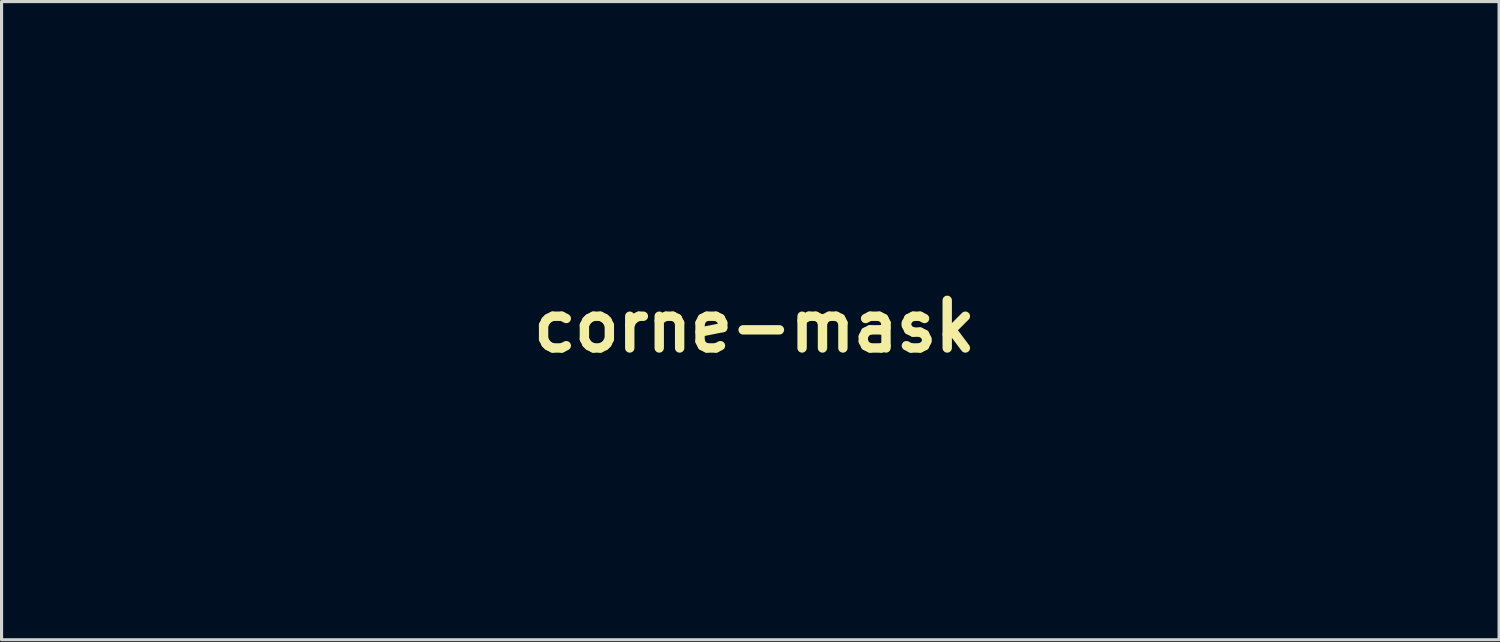
<source format=kicad_pcb>
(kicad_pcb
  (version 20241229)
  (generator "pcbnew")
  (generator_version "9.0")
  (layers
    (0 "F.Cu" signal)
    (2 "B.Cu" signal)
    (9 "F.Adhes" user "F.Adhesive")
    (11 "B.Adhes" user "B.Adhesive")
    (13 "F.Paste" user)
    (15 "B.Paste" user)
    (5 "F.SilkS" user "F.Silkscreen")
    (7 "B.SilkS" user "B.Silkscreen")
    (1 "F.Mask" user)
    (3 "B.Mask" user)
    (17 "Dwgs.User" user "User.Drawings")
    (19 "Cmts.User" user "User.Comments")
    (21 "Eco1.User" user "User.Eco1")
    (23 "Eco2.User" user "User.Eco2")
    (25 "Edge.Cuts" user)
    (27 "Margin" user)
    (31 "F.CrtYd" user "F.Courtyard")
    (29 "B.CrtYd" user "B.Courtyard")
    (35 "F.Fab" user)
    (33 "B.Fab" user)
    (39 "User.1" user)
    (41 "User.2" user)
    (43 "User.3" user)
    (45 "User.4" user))
  (footprint "corne-mask"
    (layer "F.Cu")
    (at 21.096 7.397)
    (property "Reference" "corne-mask" (at 0 0 0) (layer "F.SilkS") (effects (font (size 1.524 1.524) (thickness 0.3))))
    (attr through_hole)
    (fp_poly (pts (xy 10.239 1.078) (xy 10.296 1.082) (xy 10.365 1.089) (xy 10.44 1.099) (xy 10.516 1.109) (xy 10.59 1.12) (xy 10.655 1.131) (xy 10.671 1.134) (xy 10.732 1.146) (xy 10.732 1.51) (xy 10.731 1.608) (xy 10.731 1.686) (xy 10.731 1.747) (xy 10.73 1.794) (xy 10.728 1.827) (xy 10.726 1.849) (xy 10.724 1.862) (xy 10.72 1.868) (xy 10.716 1.87) (xy 10.713 1.869) (xy 10.549 1.832) (xy 10.381 1.815) (xy 10.209 1.818) (xy 10.036 1.841) (xy 10.028 1.843) (xy 9.863 1.886) (xy 9.707 1.949) (xy 9.561 2.03) (xy 9.424 2.131) (xy 9.32 2.226) (xy 9.214 2.343) (xy 9.124 2.466) (xy 9.049 2.599) (xy 8.987 2.743) (xy 8.937 2.903) (xy 8.919 2.977) (xy 8.915 2.991) (xy 8.912 3.006) (xy 8.91 3.022) (xy 8.908 3.039) (xy 8.905 3.061) (xy 8.904 3.086) (xy 8.902 3.118) (xy 8.901 3.157) (xy 8.899 3.203) (xy 8.898 3.259) (xy 8.897 3.325) (xy 8.897 3.403) (xy 8.896 3.493) (xy 8.895 3.598) (xy 8.895 3.717) (xy 8.894 3.853) (xy 8.894 4.006) (xy 8.893 4.177) (xy 8.893 4.369) (xy 8.893 4.421) (xy 8.889 5.768) (xy 8.484 5.768) (xy 8.393 5.768) (xy 8.309 5.767) (xy 8.234 5.766) (xy 8.171 5.765) (xy 8.121 5.764) (xy 8.087 5.763) (xy 8.072 5.761) (xy 8.072 5.761) (xy 8.071 5.75) (xy 8.07 5.719) (xy 8.07 5.669) (xy 8.069 5.602) (xy 8.069 5.518) (xy 8.068 5.419) (xy 8.068 5.305) (xy 8.067 5.179) (xy 8.067 5.041) (xy 8.067 4.893) (xy 8.066 4.735) (xy 8.066 4.569) (xy 8.066 4.396) (xy 8.065 4.217) (xy 8.065 4.033) (xy 8.065 3.846) (xy 8.065 3.656) (xy 8.065 3.466) (xy 8.065 3.275) (xy 8.064 3.086) (xy 8.064 2.899) (xy 8.064 2.716) (xy 8.065 2.537) (xy 8.065 2.365) (xy 8.065 2.199) (xy 8.065 2.042) (xy 8.065 1.894) (xy 8.065 1.757) (xy 8.066 1.632) (xy 8.066 1.519) (xy 8.066 1.421) (xy 8.067 1.338) (xy 8.067 1.272) (xy 8.068 1.224) (xy 8.068 1.194) (xy 8.069 1.184) (xy 8.08 1.184) (xy 8.11 1.183) (xy 8.157 1.182) (xy 8.218 1.182) (xy 8.29 1.182) (xy 8.373 1.182) (xy 8.462 1.183) (xy 8.482 1.183) (xy 8.89 1.186) (xy 8.89 1.45) (xy 8.89 1.537) (xy 8.891 1.605) (xy 8.893 1.654) (xy 8.896 1.688) (xy 8.901 1.707) (xy 8.908 1.713) (xy 8.918 1.708) (xy 8.93 1.694) (xy 8.944 1.674) (xy 9.003 1.601) (xy 9.077 1.525) (xy 9.161 1.448) (xy 9.253 1.375) (xy 9.346 1.31) (xy 9.358 1.303) (xy 9.464 1.244) (xy 9.585 1.192) (xy 9.714 1.149) (xy 9.844 1.116) (xy 9.901 1.106) (xy 9.953 1.099) (xy 10.013 1.091) (xy 10.075 1.085) (xy 10.131 1.08) (xy 10.176 1.076) (xy 10.197 1.076) (xy 10.239 1.078)) (stroke (width 0.01) (type solid)) (fill yes) (layer "F.Mask"))
    (fp_poly (pts (xy 13.712 1.111) (xy 13.922 1.131) (xy 14.117 1.165) (xy 14.297 1.212) (xy 14.464 1.273) (xy 14.62 1.349) (xy 14.765 1.44) (xy 14.891 1.538) (xy 15.015 1.656) (xy 15.125 1.792) (xy 15.224 1.943) (xy 15.309 2.109) (xy 15.381 2.29) (xy 15.439 2.483) (xy 15.482 2.688) (xy 15.482 2.688) (xy 15.489 2.729) (xy 15.495 2.767) (xy 15.501 2.804) (xy 15.506 2.841) (xy 15.51 2.879) (xy 15.514 2.919) (xy 15.517 2.963) (xy 15.52 3.011) (xy 15.523 3.066) (xy 15.525 3.128) (xy 15.526 3.199) (xy 15.528 3.279) (xy 15.529 3.371) (xy 15.53 3.476) (xy 15.53 3.594) (xy 15.531 3.727) (xy 15.531 3.876) (xy 15.531 4.043) (xy 15.531 4.228) (xy 15.531 4.413) (xy 15.531 5.763) (xy 15.121 5.765) (xy 14.712 5.768) (xy 14.708 4.374) (xy 14.708 4.173) (xy 14.707 3.993) (xy 14.707 3.832) (xy 14.706 3.688) (xy 14.706 3.561) (xy 14.705 3.449) (xy 14.704 3.351) (xy 14.704 3.266) (xy 14.703 3.193) (xy 14.702 3.13) (xy 14.701 3.077) (xy 14.699 3.032) (xy 14.698 2.994) (xy 14.696 2.963) (xy 14.694 2.936) (xy 14.692 2.912) (xy 14.689 2.891) (xy 14.686 2.871) (xy 14.683 2.851) (xy 14.682 2.842) (xy 14.655 2.7) (xy 14.623 2.575) (xy 14.586 2.466) (xy 14.543 2.369) (xy 14.491 2.28) (xy 14.43 2.198) (xy 14.427 2.195) (xy 14.338 2.103) (xy 14.234 2.025) (xy 14.114 1.961) (xy 13.98 1.91) (xy 13.833 1.873) (xy 13.673 1.851) (xy 13.502 1.843) (xy 13.409 1.845) (xy 13.237 1.86) (xy 13.08 1.89) (xy 12.934 1.935) (xy 12.8 1.998) (xy 12.675 2.077) (xy 12.557 2.174) (xy 12.524 2.206) (xy 12.429 2.31) (xy 12.349 2.422) (xy 12.281 2.545) (xy 12.224 2.68) (xy 12.177 2.831) (xy 12.158 2.909) (xy 12.155 2.924) (xy 12.152 2.939) (xy 12.149 2.954) (xy 12.146 2.971) (xy 12.144 2.992) (xy 12.142 3.017) (xy 12.141 3.047) (xy 12.139 3.084) (xy 12.138 3.128) (xy 12.137 3.181) (xy 12.136 3.245) (xy 12.135 3.319) (xy 12.134 3.406) (xy 12.133 3.507) (xy 12.132 3.622) (xy 12.132 3.752) (xy 12.131 3.9) (xy 12.13 4.066) (xy 12.129 4.251) (xy 12.129 4.387) (xy 12.123 5.763) (xy 11.708 5.765) (xy 11.292 5.768) (xy 11.292 1.175) (xy 12.129 1.175) (xy 12.129 1.439) (xy 12.129 1.527) (xy 12.129 1.594) (xy 12.131 1.644) (xy 12.134 1.678) (xy 12.139 1.697) (xy 12.146 1.703) (xy 12.156 1.698) (xy 12.168 1.684) (xy 12.18 1.667) (xy 12.212 1.627) (xy 12.257 1.578) (xy 12.31 1.526) (xy 12.368 1.473) (xy 12.427 1.424) (xy 12.481 1.382) (xy 12.498 1.371) (xy 12.589 1.314) (xy 12.678 1.268) (xy 12.771 1.229) (xy 12.878 1.193) (xy 12.88 1.192) (xy 13.046 1.151) (xy 13.225 1.123) (xy 13.415 1.108) (xy 13.611 1.106) (xy 13.712 1.111)) (stroke (width 0.01) (type solid)) (fill yes) (layer "F.Mask"))
    (fp_poly (pts (xy -0.102 1.107) (xy -0.003 1.11) (xy 0.083 1.115) (xy 0.162 1.123) (xy 0.238 1.135) (xy 0.316 1.15) (xy 0.399 1.17) (xy 0.421 1.176) (xy 0.641 1.243) (xy 0.848 1.325) (xy 1.041 1.424) (xy 1.221 1.537) (xy 1.386 1.665) (xy 1.536 1.807) (xy 1.671 1.963) (xy 1.79 2.132) (xy 1.893 2.314) (xy 1.979 2.509) (xy 2.006 2.582) (xy 2.019 2.624) (xy 2.034 2.674) (xy 2.05 2.729) (xy 2.065 2.784) (xy 2.078 2.835) (xy 2.089 2.877) (xy 2.094 2.906) (xy 2.095 2.916) (xy 2.085 2.917) (xy 2.056 2.918) (xy 2.01 2.919) (xy 1.95 2.92) (xy 1.877 2.92) (xy 1.795 2.921) (xy 1.705 2.921) (xy 1.669 2.921) (xy 1.243 2.921) (xy 1.213 2.83) (xy 1.15 2.67) (xy 1.069 2.521) (xy 0.971 2.382) (xy 0.856 2.257) (xy 0.727 2.144) (xy 0.584 2.047) (xy 0.482 1.991) (xy 0.324 1.925) (xy 0.158 1.877) (xy -0.014 1.847) (xy -0.191 1.835) (xy -0.369 1.842) (xy -0.545 1.867) (xy -0.704 1.907) (xy -0.869 1.968) (xy -1.024 2.047) (xy -1.168 2.142) (xy -1.3 2.252) (xy -1.417 2.377) (xy -1.519 2.514) (xy -1.605 2.662) (xy -1.674 2.821) (xy -1.688 2.863) (xy -1.733 3.029) (xy -1.762 3.204) (xy -1.777 3.384) (xy -1.777 3.566) (xy -1.761 3.744) (xy -1.731 3.916) (xy -1.686 4.078) (xy -1.68 4.095) (xy -1.611 4.262) (xy -1.525 4.416) (xy -1.423 4.557) (xy -1.306 4.684) (xy -1.175 4.795) (xy -1.03 4.891) (xy -0.944 4.937) (xy -0.781 5.007) (xy -0.611 5.058) (xy -0.437 5.091) (xy -0.261 5.105) (xy -0.086 5.101) (xy 0.087 5.079) (xy 0.256 5.039) (xy 0.418 4.98) (xy 0.572 4.903) (xy 0.584 4.896) (xy 0.7 4.818) (xy 0.813 4.724) (xy 0.918 4.62) (xy 1.007 4.511) (xy 1.021 4.493) (xy 1.066 4.422) (xy 1.112 4.34) (xy 1.155 4.252) (xy 1.192 4.168) (xy 1.212 4.111) (xy 1.241 4.022) (xy 2.096 4.022) (xy 2.09 4.051) (xy 2.035 4.263) (xy 1.966 4.459) (xy 1.883 4.642) (xy 1.785 4.812) (xy 1.671 4.971) (xy 1.54 5.121) (xy 1.469 5.192) (xy 1.308 5.331) (xy 1.134 5.454) (xy 0.947 5.56) (xy 0.748 5.65) (xy 0.538 5.722) (xy 0.317 5.777) (xy 0.085 5.814) (xy 0.079 5.815) (xy 0.009 5.821) (xy -0.076 5.826) (xy -0.169 5.829) (xy -0.265 5.83) (xy -0.358 5.829) (xy -0.442 5.826) (xy -0.512 5.821) (xy -0.519 5.82) (xy -0.747 5.786) (xy -0.967 5.733) (xy -1.178 5.662) (xy -1.378 5.574) (xy -1.567 5.468) (xy -1.743 5.346) (xy -1.907 5.207) (xy -1.926 5.189) (xy -1.974 5.142) (xy -2.023 5.092) (xy -2.067 5.044) (xy -2.103 5.003) (xy -2.108 4.997) (xy -2.234 4.824) (xy -2.342 4.64) (xy -2.432 4.445) (xy -2.504 4.24) (xy -2.558 4.026) (xy -2.594 3.803) (xy -2.611 3.571) (xy -2.61 3.365) (xy -2.593 3.129) (xy -2.558 2.904) (xy -2.506 2.691) (xy -2.436 2.49) (xy -2.348 2.299) (xy -2.242 2.12) (xy -2.119 1.951) (xy -1.985 1.801) (xy -1.827 1.654) (xy -1.656 1.523) (xy -1.472 1.409) (xy -1.276 1.312) (xy -1.067 1.233) (xy -0.845 1.17) (xy -0.622 1.125) (xy -0.577 1.119) (xy -0.529 1.114) (xy -0.474 1.111) (xy -0.41 1.108) (xy -0.332 1.107) (xy -0.238 1.106) (xy -0.217 1.106) (xy -0.102 1.107)) (stroke (width 0.01) (type solid)) (fill yes) (layer "F.Mask"))
    (fp_poly (pts (xy 4.976 1.105) (xy 5.072 1.107) (xy 5.163 1.11) (xy 5.247 1.114) (xy 5.317 1.119) (xy 5.366 1.125) (xy 5.602 1.172) (xy 5.826 1.236) (xy 6.039 1.315) (xy 6.24 1.411) (xy 6.428 1.523) (xy 6.602 1.65) (xy 6.762 1.793) (xy 6.903 1.946) (xy 7.026 2.109) (xy 7.134 2.285) (xy 7.226 2.473) (xy 7.3 2.671) (xy 7.358 2.877) (xy 7.397 3.089) (xy 7.409 3.19) (xy 7.415 3.267) (xy 7.417 3.357) (xy 7.418 3.456) (xy 7.416 3.559) (xy 7.412 3.661) (xy 7.407 3.756) (xy 7.399 3.841) (xy 7.39 3.91) (xy 7.389 3.916) (xy 7.355 4.08) (xy 7.316 4.229) (xy 7.269 4.369) (xy 7.211 4.507) (xy 7.17 4.593) (xy 7.068 4.773) (xy 6.949 4.942) (xy 6.812 5.099) (xy 6.66 5.244) (xy 6.493 5.375) (xy 6.312 5.492) (xy 6.117 5.594) (xy 5.92 5.677) (xy 5.713 5.744) (xy 5.496 5.795) (xy 5.273 5.831) (xy 5.047 5.849) (xy 4.824 5.85) (xy 4.683 5.841) (xy 4.451 5.81) (xy 4.227 5.762) (xy 4.013 5.697) (xy 3.809 5.616) (xy 3.616 5.518) (xy 3.436 5.406) (xy 3.268 5.279) (xy 3.114 5.138) (xy 2.975 4.983) (xy 2.851 4.816) (xy 2.744 4.636) (xy 2.709 4.567) (xy 2.641 4.415) (xy 2.586 4.268) (xy 2.543 4.119) (xy 2.511 3.965) (xy 2.488 3.799) (xy 2.475 3.65) (xy 2.472 3.523) (xy 3.303 3.523) (xy 3.306 3.62) (xy 3.313 3.709) (xy 3.325 3.795) (xy 3.343 3.883) (xy 3.355 3.933) (xy 3.408 4.103) (xy 3.48 4.263) (xy 3.568 4.412) (xy 3.673 4.549) (xy 3.793 4.673) (xy 3.926 4.783) (xy 4.073 4.879) (xy 4.232 4.959) (xy 4.402 5.022) (xy 4.582 5.068) (xy 4.585 5.068) (xy 4.635 5.078) (xy 4.675 5.086) (xy 4.71 5.091) (xy 4.744 5.095) (xy 4.78 5.097) (xy 4.822 5.097) (xy 4.876 5.097) (xy 4.944 5.096) (xy 4.99 5.096) (xy 5.071 5.094) (xy 5.136 5.092) (xy 5.188 5.09) (xy 5.231 5.085) (xy 5.271 5.08) (xy 5.311 5.072) (xy 5.339 5.066) (xy 5.525 5.014) (xy 5.698 4.946) (xy 5.858 4.861) (xy 6.004 4.762) (xy 6.136 4.648) (xy 6.252 4.519) (xy 6.354 4.377) (xy 6.439 4.222) (xy 6.507 4.055) (xy 6.558 3.876) (xy 6.566 3.84) (xy 6.588 3.695) (xy 6.598 3.539) (xy 6.596 3.379) (xy 6.582 3.22) (xy 6.557 3.068) (xy 6.521 2.927) (xy 6.512 2.9) (xy 6.445 2.731) (xy 6.36 2.575) (xy 6.26 2.432) (xy 6.144 2.303) (xy 6.014 2.188) (xy 5.871 2.088) (xy 5.714 2.004) (xy 5.546 1.935) (xy 5.366 1.884) (xy 5.176 1.849) (xy 5.138 1.845) (xy 5.068 1.838) (xy 5.011 1.834) (xy 4.959 1.832) (xy 4.904 1.834) (xy 4.839 1.839) (xy 4.828 1.84) (xy 4.63 1.865) (xy 4.445 1.906) (xy 4.272 1.964) (xy 4.111 2.039) (xy 3.962 2.13) (xy 3.823 2.24) (xy 3.743 2.315) (xy 3.629 2.443) (xy 3.533 2.582) (xy 3.453 2.731) (xy 3.388 2.895) (xy 3.387 2.898) (xy 3.358 2.991) (xy 3.337 3.081) (xy 3.322 3.173) (xy 3.311 3.275) (xy 3.306 3.391) (xy 3.305 3.41) (xy 3.303 3.523) (xy 2.472 3.523) (xy 2.469 3.416) (xy 2.482 3.189) (xy 2.514 2.97) (xy 2.564 2.758) (xy 2.632 2.555) (xy 2.718 2.361) (xy 2.822 2.178) (xy 2.944 2.006) (xy 3.082 1.846) (xy 3.085 1.843) (xy 3.24 1.695) (xy 3.408 1.564) (xy 3.589 1.449) (xy 3.784 1.349) (xy 3.992 1.265) (xy 4.214 1.196) (xy 4.451 1.142) (xy 4.583 1.12) (xy 4.636 1.114) (xy 4.706 1.109) (xy 4.789 1.107) (xy 4.881 1.105) (xy 4.976 1.105)) (stroke (width 0.01) (type solid)) (fill yes) (layer "F.Mask"))
    (fp_poly (pts (xy 18.591 1.11) (xy 18.711 1.117) (xy 18.824 1.129) (xy 18.939 1.147) (xy 18.947 1.149) (xy 19.167 1.199) (xy 19.378 1.268) (xy 19.579 1.353) (xy 19.768 1.456) (xy 19.945 1.575) (xy 20.109 1.71) (xy 20.186 1.784) (xy 20.327 1.94) (xy 20.45 2.107) (xy 20.556 2.286) (xy 20.644 2.476) (xy 20.716 2.678) (xy 20.77 2.893) (xy 20.808 3.121) (xy 20.813 3.169) (xy 20.82 3.24) (xy 20.824 3.315) (xy 20.826 3.39) (xy 20.826 3.463) (xy 20.824 3.529) (xy 20.821 3.584) (xy 20.815 3.626) (xy 20.808 3.649) (xy 20.796 3.672) (xy 16.909 3.672) (xy 16.917 3.765) (xy 16.937 3.923) (xy 16.973 4.07) (xy 17.027 4.211) (xy 17.037 4.233) (xy 17.113 4.374) (xy 17.208 4.506) (xy 17.319 4.629) (xy 17.445 4.742) (xy 17.583 4.842) (xy 17.731 4.928) (xy 17.888 5) (xy 18.052 5.056) (xy 18.221 5.094) (xy 18.276 5.102) (xy 18.393 5.112) (xy 18.523 5.111) (xy 18.659 5.101) (xy 18.795 5.082) (xy 18.926 5.055) (xy 19.011 5.031) (xy 19.068 5.01) (xy 19.136 4.982) (xy 19.208 4.948) (xy 19.278 4.913) (xy 19.339 4.879) (xy 19.375 4.857) (xy 19.508 4.754) (xy 19.629 4.634) (xy 19.738 4.499) (xy 19.783 4.432) (xy 19.835 4.35) (xy 20.258 4.35) (xy 20.366 4.35) (xy 20.455 4.35) (xy 20.527 4.351) (xy 20.582 4.352) (xy 20.623 4.354) (xy 20.652 4.356) (xy 20.67 4.358) (xy 20.678 4.361) (xy 20.68 4.364) (xy 20.676 4.38) (xy 20.666 4.41) (xy 20.653 4.444) (xy 20.562 4.641) (xy 20.454 4.825) (xy 20.331 4.996) (xy 20.192 5.152) (xy 20.039 5.295) (xy 19.872 5.422) (xy 19.691 5.534) (xy 19.497 5.631) (xy 19.291 5.711) (xy 19.074 5.775) (xy 18.845 5.822) (xy 18.817 5.826) (xy 18.743 5.835) (xy 18.655 5.842) (xy 18.556 5.846) (xy 18.455 5.848) (xy 18.356 5.847) (xy 18.266 5.844) (xy 18.189 5.838) (xy 18.182 5.838) (xy 17.949 5.801) (xy 17.726 5.746) (xy 17.513 5.674) (xy 17.313 5.585) (xy 17.124 5.478) (xy 16.947 5.355) (xy 16.783 5.215) (xy 16.745 5.177) (xy 16.6 5.02) (xy 16.473 4.851) (xy 16.364 4.67) (xy 16.273 4.478) (xy 16.2 4.276) (xy 16.144 4.062) (xy 16.107 3.839) (xy 16.088 3.605) (xy 16.085 3.471) (xy 16.094 3.232) (xy 16.121 3.004) (xy 16.129 2.963) (xy 16.95 2.963) (xy 16.95 2.976) (xy 16.961 2.977) (xy 16.992 2.978) (xy 17.041 2.979) (xy 17.107 2.98) (xy 17.188 2.981) (xy 17.283 2.981) (xy 17.391 2.982) (xy 17.509 2.983) (xy 17.637 2.983) (xy 17.773 2.983) (xy 17.915 2.984) (xy 18.063 2.984) (xy 18.214 2.984) (xy 18.368 2.984) (xy 18.522 2.984) (xy 18.676 2.984) (xy 18.827 2.984) (xy 18.975 2.984) (xy 19.118 2.983) (xy 19.254 2.983) (xy 19.382 2.983) (xy 19.5 2.982) (xy 19.608 2.981) (xy 19.703 2.981) (xy 19.785 2.98) (xy 19.851 2.979) (xy 19.901 2.978) (xy 19.932 2.977) (xy 19.943 2.976) (xy 19.943 2.975) (xy 19.944 2.96) (xy 19.938 2.929) (xy 19.927 2.887) (xy 19.913 2.836) (xy 19.896 2.783) (xy 19.878 2.73) (xy 19.86 2.683) (xy 19.859 2.68) (xy 19.8 2.553) (xy 19.733 2.441) (xy 19.655 2.337) (xy 19.569 2.244) (xy 19.447 2.137) (xy 19.311 2.046) (xy 19.161 1.97) (xy 18.997 1.91) (xy 18.82 1.865) (xy 18.77 1.856) (xy 18.69 1.846) (xy 18.596 1.84) (xy 18.494 1.837) (xy 18.389 1.839) (xy 18.287 1.844) (xy 18.194 1.853) (xy 18.139 1.861) (xy 17.958 1.903) (xy 17.789 1.961) (xy 17.633 2.034) (xy 17.49 2.123) (xy 17.362 2.227) (xy 17.248 2.345) (xy 17.149 2.477) (xy 17.067 2.621) (xy 17.014 2.745) (xy 16.996 2.795) (xy 16.979 2.846) (xy 16.965 2.894) (xy 16.955 2.935) (xy 16.95 2.963) (xy 16.129 2.963) (xy 16.165 2.788) (xy 16.227 2.582) (xy 16.307 2.387) (xy 16.406 2.202) (xy 16.465 2.108) (xy 16.523 2.023) (xy 16.58 1.949) (xy 16.641 1.879) (xy 16.71 1.806) (xy 16.755 1.761) (xy 16.915 1.621) (xy 17.087 1.496) (xy 17.272 1.388) (xy 17.468 1.298) (xy 17.674 1.224) (xy 17.888 1.168) (xy 18.111 1.13) (xy 18.34 1.111) (xy 18.457 1.108) (xy 18.591 1.11)) (stroke (width 0.01) (type solid)) (fill yes) (layer "F.Mask"))
    (fp_poly (pts (xy -8.165 -7.392) (xy -8.047 -7.391) (xy -7.945 -7.388) (xy -7.854 -7.382) (xy -7.77 -7.373) (xy -7.688 -7.361) (xy -7.602 -7.345) (xy -7.509 -7.323) (xy -7.484 -7.318) (xy -7.277 -7.26) (xy -7.069 -7.187) (xy -6.866 -7.103) (xy -6.668 -7.007) (xy -6.48 -6.901) (xy -6.304 -6.788) (xy -6.143 -6.668) (xy -5.999 -6.543) (xy -5.992 -6.536) (xy -5.847 -6.384) (xy -5.722 -6.225) (xy -5.615 -6.059) (xy -5.526 -5.884) (xy -5.455 -5.698) (xy -5.4 -5.501) (xy -5.362 -5.29) (xy -5.36 -5.274) (xy -5.351 -5.192) (xy -5.345 -5.095) (xy -5.342 -4.987) (xy -5.341 -4.873) (xy -5.343 -4.76) (xy -5.347 -4.652) (xy -5.354 -4.555) (xy -5.36 -4.506) (xy -5.399 -4.24) (xy -5.455 -3.966) (xy -5.526 -3.683) (xy -5.614 -3.391) (xy -5.719 -3.089) (xy -5.84 -2.777) (xy -5.977 -2.453) (xy -6.043 -2.307) (xy -6.087 -2.214) (xy -6.139 -2.106) (xy -6.199 -1.986) (xy -6.264 -1.857) (xy -6.332 -1.724) (xy -6.403 -1.588) (xy -6.474 -1.454) (xy -6.543 -1.325) (xy -6.61 -1.204) (xy -6.626 -1.175) (xy -6.691 -1.056) (xy -6.761 -0.927) (xy -6.832 -0.792) (xy -6.903 -0.654) (xy -6.974 -0.516) (xy -7.041 -0.382) (xy -7.104 -0.254) (xy -7.16 -0.137) (xy -7.209 -0.032) (xy -7.233 0.021) (xy -7.376 0.357) (xy -7.503 0.686) (xy -7.615 1.007) (xy -7.71 1.32) (xy -7.79 1.623) (xy -7.853 1.917) (xy -7.9 2.2) (xy -7.931 2.472) (xy -7.945 2.732) (xy -7.945 2.916) (xy -7.935 3.107) (xy -7.916 3.282) (xy -7.887 3.443) (xy -7.848 3.594) (xy -7.798 3.739) (xy -7.737 3.879) (xy -7.672 4) (xy -7.602 4.106) (xy -7.525 4.2) (xy -7.483 4.245) (xy -7.361 4.352) (xy -7.228 4.442) (xy -7.086 4.514) (xy -6.935 4.568) (xy -6.776 4.603) (xy -6.612 4.62) (xy -6.444 4.618) (xy -6.272 4.596) (xy -6.165 4.572) (xy -6.01 4.526) (xy -5.865 4.465) (xy -5.726 4.389) (xy -5.591 4.295) (xy -5.457 4.184) (xy -5.365 4.096) (xy -5.257 3.983) (xy -5.161 3.868) (xy -5.071 3.747) (xy -4.987 3.616) (xy -4.903 3.471) (xy -4.862 3.392) (xy -4.787 3.237) (xy -4.717 3.073) (xy -4.654 2.906) (xy -4.6 2.739) (xy -4.554 2.574) (xy -4.518 2.415) (xy -4.493 2.266) (xy -4.48 2.13) (xy -4.48 2.13) (xy -4.477 2.083) (xy -4.473 2.044) (xy -4.47 2.019) (xy -4.467 2.011) (xy -4.457 2.02) (xy -4.44 2.043) (xy -4.418 2.076) (xy -4.394 2.115) (xy -4.372 2.157) (xy -4.361 2.177) (xy -4.301 2.316) (xy -4.25 2.473) (xy -4.208 2.646) (xy -4.175 2.833) (xy -4.152 3.034) (xy -4.138 3.245) (xy -4.135 3.424) (xy -4.144 3.718) (xy -4.172 4.002) (xy -4.219 4.276) (xy -4.284 4.542) (xy -4.369 4.798) (xy -4.472 5.046) (xy -4.516 5.138) (xy -4.641 5.368) (xy -4.782 5.584) (xy -4.938 5.784) (xy -5.109 5.97) (xy -5.295 6.141) (xy -5.496 6.297) (xy -5.711 6.438) (xy -5.941 6.564) (xy -6.186 6.675) (xy -6.446 6.771) (xy -6.72 6.852) (xy -7.008 6.918) (xy -7.31 6.968) (xy -7.604 7.001) (xy -7.684 7.007) (xy -7.777 7.012) (xy -7.878 7.016) (xy -7.984 7.019) (xy -8.091 7.021) (xy -8.194 7.022) (xy -8.289 7.022) (xy -8.373 7.021) (xy -8.44 7.018) (xy -8.456 7.016) (xy -8.661 6.995) (xy -8.875 6.961) (xy -9.091 6.917) (xy -9.303 6.863) (xy -9.376 6.842) (xy -9.628 6.759) (xy -9.883 6.66) (xy -10.137 6.546) (xy -10.388 6.42) (xy -10.631 6.284) (xy -10.864 6.138) (xy -11.083 5.986) (xy -11.266 5.843) (xy -11.303 5.812) (xy -11.336 5.785) (xy -11.36 5.766) (xy -11.369 5.759) (xy -11.377 5.755) (xy -11.389 5.756) (xy -11.407 5.763) (xy -11.433 5.779) (xy -11.47 5.804) (xy -11.522 5.841) (xy -11.528 5.845) (xy -11.786 6.021) (xy -12.044 6.179) (xy -12.301 6.318) (xy -12.555 6.439) (xy -12.806 6.54) (xy -13.053 6.622) (xy -13.295 6.684) (xy -13.431 6.711) (xy -13.505 6.721) (xy -13.594 6.729) (xy -13.691 6.735) (xy -13.793 6.739) (xy -13.893 6.741) (xy -13.985 6.74) (xy -14.065 6.736) (xy -14.104 6.732) (xy -14.335 6.694) (xy -14.562 6.636) (xy -14.786 6.557) (xy -15.006 6.458) (xy -15.221 6.338) (xy -15.432 6.199) (xy -15.637 6.04) (xy -15.836 5.862) (xy -16.03 5.665) (xy -16.111 5.575) (xy -16.162 5.517) (xy -16.202 5.475) (xy -16.231 5.448) (xy -16.247 5.438) (xy -16.25 5.438) (xy -16.263 5.448) (xy -16.288 5.468) (xy -16.321 5.494) (xy -16.336 5.506) (xy -16.561 5.672) (xy -16.785 5.818) (xy -17.01 5.942) (xy -17.233 6.046) (xy -17.456 6.128) (xy -17.679 6.189) (xy -17.901 6.229) (xy -18.044 6.244) (xy -18.232 6.248) (xy -18.416 6.232) (xy -18.597 6.197) (xy -18.778 6.141) (xy -18.959 6.064) (xy -18.981 6.054) (xy -19.172 5.949) (xy -19.357 5.824) (xy -19.537 5.681) (xy -19.71 5.52) (xy -19.875 5.342) (xy -20.033 5.149) (xy -20.182 4.941) (xy -20.322 4.719) (xy -20.452 4.485) (xy -20.572 4.239) (xy -20.681 3.982) (xy -20.779 3.715) (xy -20.864 3.439) (xy -20.937 3.155) (xy -20.997 2.865) (xy -21.023 2.709) (xy -21.043 2.566) (xy -21.059 2.432) (xy -21.072 2.303) (xy -21.08 2.172) (xy -21.086 2.031) (xy -21.09 1.905) (xy -21.091 1.721) (xy -21.088 1.551) (xy -21.081 1.391) (xy -21.068 1.234) (xy -21.05 1.074) (xy -21.05 1.069) (xy -21.009 0.801) (xy -20.955 0.543) (xy -20.889 0.295) (xy -20.812 0.058) (xy -20.724 -0.167) (xy -20.625 -0.38) (xy -20.516 -0.58) (xy -20.397 -0.765) (xy -20.269 -0.936) (xy -20.133 -1.09) (xy -19.989 -1.229) (xy -19.837 -1.35) (xy -19.678 -1.453) (xy -19.513 -1.537) (xy -19.353 -1.597) (xy -19.215 -1.635) (xy -19.082 -1.659) (xy -18.945 -1.669) (xy -18.822 -1.669) (xy -18.748 -1.665) (xy -18.677 -1.659) (xy -18.614 -1.652) (xy -18.562 -1.644) (xy -18.525 -1.636) (xy -18.504 -1.627) (xy -18.503 -1.626) (xy -18.503 -1.614) (xy -18.505 -1.585) (xy -18.51 -1.542) (xy -18.518 -1.489) (xy -18.524 -1.448) (xy -18.568 -1.129) (xy -18.599 -0.805) (xy -18.616 -0.478) (xy -18.621 -0.155) (xy -18.612 0.162) (xy -18.589 0.468) (xy -18.584 0.519) (xy -18.533 0.892) (xy -18.463 1.258) (xy -18.372 1.618) (xy -18.262 1.971) (xy -18.132 2.316) (xy -17.983 2.653) (xy -17.814 2.981) (xy -17.627 3.3) (xy -17.421 3.61) (xy -17.196 3.909) (xy -17.185 3.924) (xy -17.141 3.978) (xy -17.109 4.018) (xy -17.087 4.046) (xy -17.072 4.063) (xy -17.064 4.073) (xy -17.059 4.076) (xy -17.057 4.075) (xy -17.055 4.073) (xy -17.054 4.072) (xy -17.056 4.061) (xy -17.065 4.033) (xy -17.079 3.992) (xy -17.099 3.941) (xy -17.122 3.883) (xy -17.122 3.882) (xy -17.258 3.517) (xy -17.376 3.14) (xy -17.476 2.753) (xy -17.557 2.356) (xy -17.621 1.948) (xy -17.666 1.532) (xy -17.686 1.249) (xy -17.69 1.157) (xy -17.692 1.05) (xy -17.693 0.93) (xy -17.693 0.802) (xy -17.692 0.671) (xy -17.69 0.539) (xy -17.687 0.411) (xy -17.683 0.291) (xy -17.678 0.183) (xy -17.672 0.09) (xy -17.669 0.058) (xy -17.626 -0.337) (xy -17.566 -0.722) (xy -17.491 -1.097) (xy -17.401 -1.46) (xy -17.295 -1.811) (xy -17.174 -2.149) (xy -17.039 -2.473) (xy -16.89 -2.782) (xy -16.878 -2.805) (xy -16.73 -3.069) (xy -16.573 -3.318) (xy -16.408 -3.552) (xy -16.235 -3.769) (xy -16.054 -3.969) (xy -15.867 -4.151) (xy -15.673 -4.316) (xy -15.473 -4.463) (xy -15.268 -4.59) (xy -15.059 -4.699) (xy -14.846 -4.787) (xy -14.629 -4.855) (xy -14.595 -4.864) (xy -14.369 -4.909) (xy -14.144 -4.934) (xy -13.92 -4.937) (xy -13.697 -4.92) (xy -13.477 -4.882) (xy -13.414 -4.867) (xy -13.367 -4.854) (xy -13.313 -4.839) (xy -13.257 -4.821) (xy -13.202 -4.803) (xy -13.153 -4.786) (xy -13.112 -4.771) (xy -13.083 -4.76) (xy -13.071 -4.752) (xy -13.07 -4.752) (xy -13.075 -4.739) (xy -13.086 -4.712) (xy -13.102 -4.675) (xy -13.114 -4.65) (xy -13.274 -4.28) (xy -13.421 -3.896) (xy -13.554 -3.499) (xy -13.673 -3.093) (xy -13.776 -2.68) (xy -13.863 -2.261) (xy -13.934 -1.839) (xy -13.988 -1.418) (xy -14.009 -1.206) (xy -14.014 -1.131) (xy -14.018 -1.04) (xy -14.022 -0.935) (xy -14.025 -0.82) (xy -14.027 -0.699) (xy -14.028 -0.574) (xy -14.029 -0.449) (xy -14.028 -0.328) (xy -14.027 -0.213) (xy -14.024 -0.108) (xy -14.021 -0.016) (xy -14.017 0.059) (xy -14.015 0.085) (xy -13.976 0.438) (xy -13.925 0.775) (xy -13.861 1.099) (xy -13.783 1.41) (xy -13.692 1.711) (xy -13.585 2.003) (xy -13.464 2.288) (xy -13.386 2.453) (xy -13.351 2.521) (xy -13.312 2.594) (xy -13.27 2.671) (xy -13.226 2.75) (xy -13.181 2.828) (xy -13.136 2.903) (xy -13.093 2.974) (xy -13.054 3.037) (xy -13.019 3.091) (xy -12.99 3.133) (xy -12.968 3.162) (xy -12.954 3.175) (xy -12.953 3.175) (xy -12.948 3.175) (xy -12.946 3.174) (xy -12.945 3.168) (xy -12.947 3.155) (xy -12.953 3.131) (xy -12.962 3.094) (xy -12.976 3.04) (xy -12.981 3.021) (xy -13.06 2.667) (xy -13.123 2.301) (xy -13.169 1.923) (xy -13.2 1.534) (xy -13.214 1.134) (xy -13.212 0.724) (xy -13.194 0.305) (xy -13.16 -0.122) (xy -13.11 -0.557) (xy -13.044 -0.999) (xy -12.961 -1.447) (xy -12.863 -1.9) (xy -12.811 -2.115) (xy -12.725 -2.447) (xy -12.635 -2.761) (xy -12.541 -3.059) (xy -12.442 -3.344) (xy -12.337 -3.62) (xy -12.224 -3.889) (xy -12.103 -4.153) (xy -12.043 -4.276) (xy -11.878 -4.594) (xy -11.704 -4.898) (xy -11.522 -5.187) (xy -11.332 -5.46) (xy -11.136 -5.718) (xy -10.933 -5.958) (xy -10.724 -6.182) (xy -10.509 -6.389) (xy -10.289 -6.577) (xy -10.064 -6.747) (xy -9.835 -6.899) (xy -9.603 -7.031) (xy -9.367 -7.143) (xy -9.129 -7.235) (xy -8.888 -7.307) (xy -8.886 -7.308) (xy -8.787 -7.332) (xy -8.7 -7.351) (xy -8.621 -7.366) (xy -8.545 -7.377) (xy -8.467 -7.384) (xy -8.383 -7.389) (xy -8.288 -7.391) (xy -8.177 -7.392) (xy -8.165 -7.392)) (stroke (width 0.01) (type solid)) (fill yes) (layer "F.Mask")))
  (gr_rect
    (start -3 -3)
    (end 44.927 17.424)
    (stroke (width 0.1) (type default))
    (fill no)
    (layer "Edge.Cuts")))
</source>
